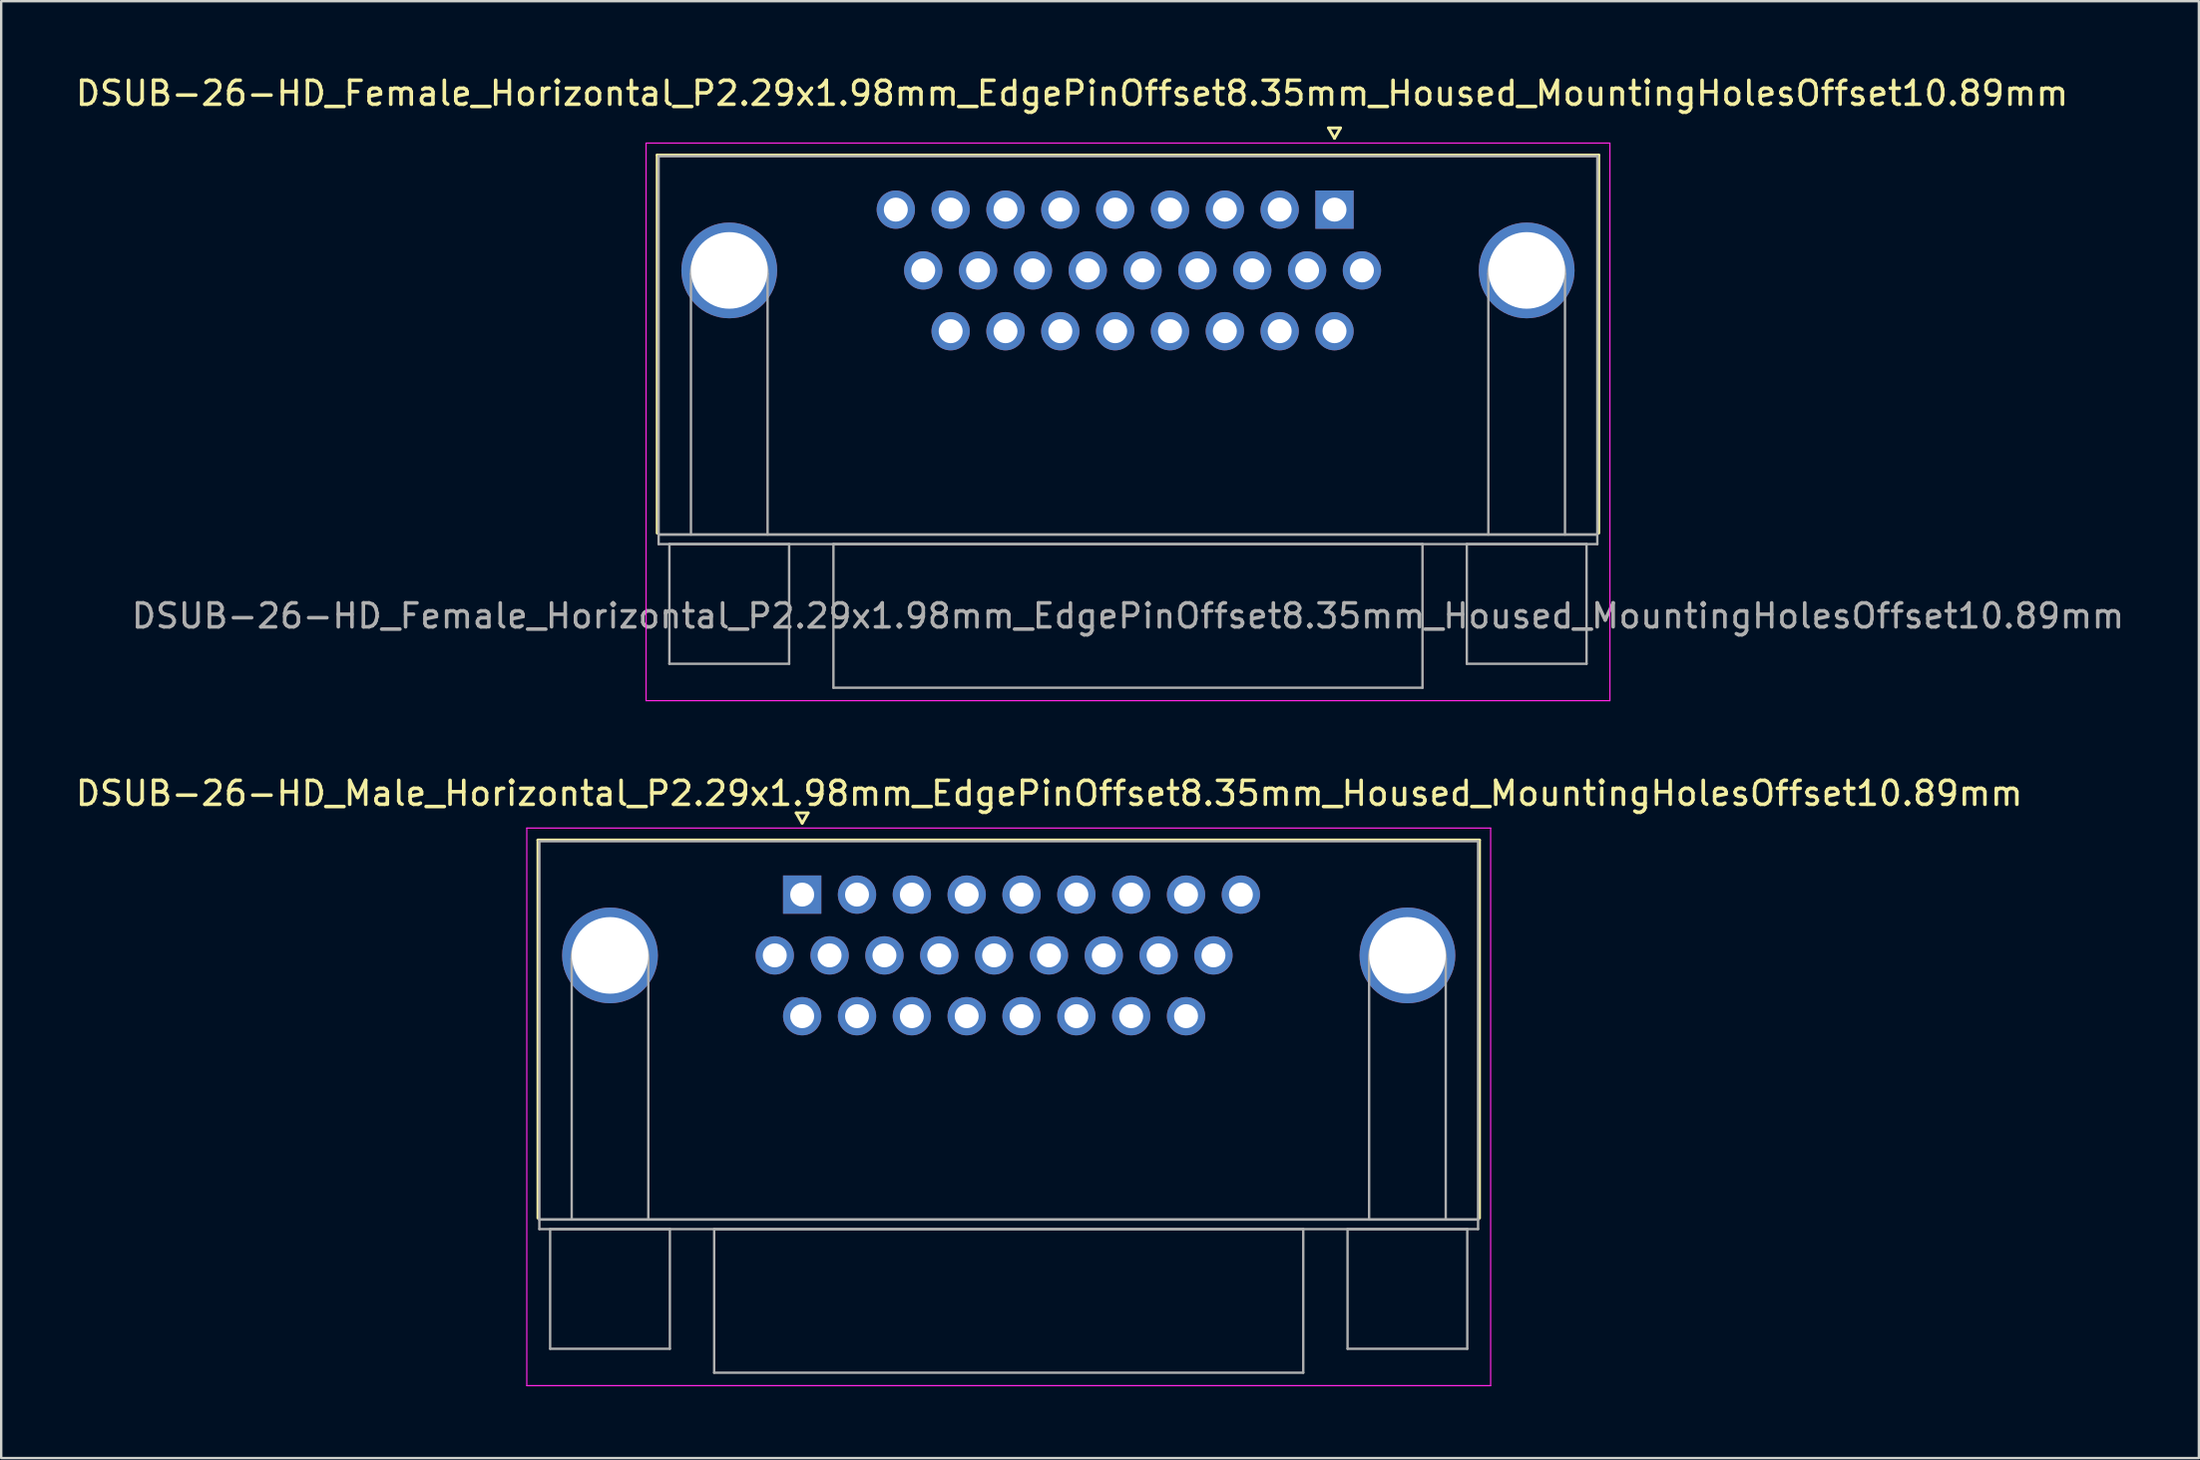
<source format=kicad_pcb>
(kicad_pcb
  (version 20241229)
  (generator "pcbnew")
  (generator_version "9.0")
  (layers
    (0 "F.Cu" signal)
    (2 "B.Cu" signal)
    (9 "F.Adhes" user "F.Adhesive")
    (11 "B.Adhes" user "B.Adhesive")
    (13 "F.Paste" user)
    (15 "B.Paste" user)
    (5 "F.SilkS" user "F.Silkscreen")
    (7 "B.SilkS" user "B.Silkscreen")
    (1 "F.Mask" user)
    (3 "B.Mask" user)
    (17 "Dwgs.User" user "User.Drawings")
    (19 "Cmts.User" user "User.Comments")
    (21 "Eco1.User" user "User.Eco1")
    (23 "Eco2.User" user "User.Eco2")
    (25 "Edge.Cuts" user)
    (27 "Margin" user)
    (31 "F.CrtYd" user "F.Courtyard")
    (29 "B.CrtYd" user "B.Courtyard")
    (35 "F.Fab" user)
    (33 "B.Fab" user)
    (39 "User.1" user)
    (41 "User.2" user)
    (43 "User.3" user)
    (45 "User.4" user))
  (footprint "DSUB-26-HD_Female_Horizontal_P2.29x1.98mm_EdgePinOffset8.35mm_Housed_MountingHolesOffset10.89mm"
    (layer "F.Cu")
    (at 52.68 5.698)
    (property "Reference" "DSUB-26-HD_Female_Horizontal_P2.29x1.98mm_EdgePinOffset8.35mm_Housed_MountingHolesOffset10.89mm" (at -10.96 -4.85 0) (layer "F.SilkS") (effects (font (size 1 1) (thickness 0.15))))
    (attr through_hole)
    (fp_line (start -28.286 -2.27) (end 11.034 -2.27) (stroke (width 0.12) (type solid)) (layer "F.SilkS"))
    (fp_line (start -28.286 13.525) (end -28.286 -2.27) (stroke (width 0.12) (type solid)) (layer "F.SilkS"))
    (fp_line (start -0.251 -3.404) (end 0.249 -3.404) (stroke (width 0.12) (type solid)) (layer "F.SilkS"))
    (fp_line (start -0.001 -2.971) (end -0.251 -3.404) (stroke (width 0.12) (type solid)) (layer "F.SilkS"))
    (fp_line (start 0.249 -3.404) (end -0.001 -2.971) (stroke (width 0.12) (type solid)) (layer "F.SilkS"))
    (fp_line (start 11.034 -2.27) (end 11.034 13.525) (stroke (width 0.12) (type solid)) (layer "F.SilkS"))
    (fp_line (start -28.751 -2.77) (end -28.751 20.525) (stroke (width 0.05) (type solid)) (layer "F.CrtYd"))
    (fp_line (start -28.751 20.525) (end 11.499 20.525) (stroke (width 0.05) (type solid)) (layer "F.CrtYd"))
    (fp_line (start 11.499 -2.77) (end -28.751 -2.77) (stroke (width 0.05) (type solid)) (layer "F.CrtYd"))
    (fp_line (start 11.499 20.525) (end 11.499 -2.77) (stroke (width 0.05) (type solid)) (layer "F.CrtYd"))
    (fp_line (start -28.226 -2.22) (end -28.226 13.585) (stroke (width 0.1) (type solid)) (layer "F.Fab"))
    (fp_line (start -28.226 13.585) (end -28.226 13.985) (stroke (width 0.1) (type solid)) (layer "F.Fab"))
    (fp_line (start -28.226 13.585) (end 10.974 13.585) (stroke (width 0.1) (type solid)) (layer "F.Fab"))
    (fp_line (start -28.226 13.985) (end 10.974 13.985) (stroke (width 0.1) (type solid)) (layer "F.Fab"))
    (fp_line (start -27.776 13.985) (end -27.776 18.985) (stroke (width 0.1) (type solid)) (layer "F.Fab"))
    (fp_line (start -27.776 18.985) (end -22.776 18.985) (stroke (width 0.1) (type solid)) (layer "F.Fab"))
    (fp_line (start -26.876 13.585) (end -26.876 2.695) (stroke (width 0.1) (type solid)) (layer "F.Fab"))
    (fp_line (start -23.676 13.585) (end -23.676 2.695) (stroke (width 0.1) (type solid)) (layer "F.Fab"))
    (fp_line (start -22.776 13.985) (end -27.776 13.985) (stroke (width 0.1) (type solid)) (layer "F.Fab"))
    (fp_line (start -22.776 18.985) (end -22.776 13.985) (stroke (width 0.1) (type solid)) (layer "F.Fab"))
    (fp_line (start -20.926 13.985) (end -20.926 19.985) (stroke (width 0.1) (type solid)) (layer "F.Fab"))
    (fp_line (start -20.926 19.985) (end 3.674 19.985) (stroke (width 0.1) (type solid)) (layer "F.Fab"))
    (fp_line (start 3.674 13.985) (end -20.926 13.985) (stroke (width 0.1) (type solid)) (layer "F.Fab"))
    (fp_line (start 3.674 19.985) (end 3.674 13.985) (stroke (width 0.1) (type solid)) (layer "F.Fab"))
    (fp_line (start 5.524 13.985) (end 5.524 18.985) (stroke (width 0.1) (type solid)) (layer "F.Fab"))
    (fp_line (start 5.524 18.985) (end 10.524 18.985) (stroke (width 0.1) (type solid)) (layer "F.Fab"))
    (fp_line (start 6.424 13.585) (end 6.424 2.695) (stroke (width 0.1) (type solid)) (layer "F.Fab"))
    (fp_line (start 9.624 13.585) (end 9.624 2.695) (stroke (width 0.1) (type solid)) (layer "F.Fab"))
    (fp_line (start 10.524 13.985) (end 5.524 13.985) (stroke (width 0.1) (type solid)) (layer "F.Fab"))
    (fp_line (start 10.524 18.985) (end 10.524 13.985) (stroke (width 0.1) (type solid)) (layer "F.Fab"))
    (fp_line (start 10.974 -2.22) (end -28.226 -2.22) (stroke (width 0.1) (type solid)) (layer "F.Fab"))
    (fp_line (start 10.974 13.585) (end -28.226 13.585) (stroke (width 0.1) (type solid)) (layer "F.Fab"))
    (fp_line (start 10.974 13.585) (end 10.974 -2.22) (stroke (width 0.1) (type solid)) (layer "F.Fab"))
    (fp_line (start 10.974 13.985) (end 10.974 13.585) (stroke (width 0.1) (type solid)) (layer "F.Fab"))
    (fp_arc (start -26.8756 2.6946) (mid -25.2756 1.0946) (end -23.6756 2.6946) (stroke (width 0.1) (type solid)) (layer "F.Fab"))
    (fp_arc (start 6.4244 2.6946) (mid 8.0244 1.0946) (end 9.6244 2.6946) (stroke (width 0.1) (type solid)) (layer "F.Fab"))
    (fp_text user "${REFERENCE}" (at -8.626 16.985 0) (layer "F.Fab") (effects (font (size 1 1) (thickness 0.15))))
    (pad "0" thru_hole circle (at -25.276 2.55) (size 4 4) (drill 3.2) (layers "*.Cu" "*.Mask"))
    (pad "0" thru_hole circle (at 8.024 2.55) (size 4 4) (drill 3.2) (layers "*.Cu" "*.Mask"))
    (pad "1" thru_hole rect (at -0.001 0.01) (size 1.6 1.6) (drill 1) (layers "*.Cu" "*.Mask"))
    (pad "2" thru_hole circle (at -2.291 0.01) (size 1.6 1.6) (drill 1) (layers "*.Cu" "*.Mask"))
    (pad "3" thru_hole circle (at -4.581 0.01) (size 1.6 1.6) (drill 1) (layers "*.Cu" "*.Mask"))
    (pad "4" thru_hole circle (at -6.871 0.01) (size 1.6 1.6) (drill 1) (layers "*.Cu" "*.Mask"))
    (pad "5" thru_hole circle (at -9.161 0.01) (size 1.6 1.6) (drill 1) (layers "*.Cu" "*.Mask"))
    (pad "6" thru_hole circle (at -11.451 0.01) (size 1.6 1.6) (drill 1) (layers "*.Cu" "*.Mask"))
    (pad "7" thru_hole circle (at -13.741 0.01) (size 1.6 1.6) (drill 1) (layers "*.Cu" "*.Mask"))
    (pad "8" thru_hole circle (at -16.031 0.01) (size 1.6 1.6) (drill 1) (layers "*.Cu" "*.Mask"))
    (pad "9" thru_hole circle (at -18.321 0.01) (size 1.6 1.6) (drill 1) (layers "*.Cu" "*.Mask"))
    (pad "10" thru_hole circle (at 1.144 2.55) (size 1.6 1.6) (drill 1) (layers "*.Cu" "*.Mask"))
    (pad "11" thru_hole circle (at -1.146 2.55) (size 1.6 1.6) (drill 1) (layers "*.Cu" "*.Mask"))
    (pad "12" thru_hole circle (at -3.436 2.55) (size 1.6 1.6) (drill 1) (layers "*.Cu" "*.Mask"))
    (pad "13" thru_hole circle (at -5.726 2.55) (size 1.6 1.6) (drill 1) (layers "*.Cu" "*.Mask"))
    (pad "14" thru_hole circle (at -8.016 2.55) (size 1.6 1.6) (drill 1) (layers "*.Cu" "*.Mask"))
    (pad "15" thru_hole circle (at -10.306 2.55) (size 1.6 1.6) (drill 1) (layers "*.Cu" "*.Mask"))
    (pad "16" thru_hole circle (at -12.596 2.55) (size 1.6 1.6) (drill 1) (layers "*.Cu" "*.Mask"))
    (pad "17" thru_hole circle (at -14.886 2.55) (size 1.6 1.6) (drill 1) (layers "*.Cu" "*.Mask"))
    (pad "18" thru_hole circle (at -17.176 2.55) (size 1.6 1.6) (drill 1) (layers "*.Cu" "*.Mask"))
    (pad "19" thru_hole circle (at -0.001 5.09) (size 1.6 1.6) (drill 1) (layers "*.Cu" "*.Mask"))
    (pad "20" thru_hole circle (at -2.291 5.09) (size 1.6 1.6) (drill 1) (layers "*.Cu" "*.Mask"))
    (pad "21" thru_hole circle (at -4.581 5.09) (size 1.6 1.6) (drill 1) (layers "*.Cu" "*.Mask"))
    (pad "22" thru_hole circle (at -6.871 5.09) (size 1.6 1.6) (drill 1) (layers "*.Cu" "*.Mask"))
    (pad "23" thru_hole circle (at -9.161 5.09) (size 1.6 1.6) (drill 1) (layers "*.Cu" "*.Mask"))
    (pad "24" thru_hole circle (at -11.451 5.09) (size 1.6 1.6) (drill 1) (layers "*.Cu" "*.Mask"))
    (pad "25" thru_hole circle (at -13.741 5.09) (size 1.6 1.6) (drill 1) (layers "*.Cu" "*.Mask"))
    (pad "26" thru_hole circle (at -16.031 5.09) (size 1.6 1.6) (drill 1) (layers "*.Cu" "*.Mask")))
  (footprint "DSUB-26-HD_Male_Horizontal_P2.29x1.98mm_EdgePinOffset8.35mm_Housed_MountingHolesOffset10.89mm"
    (layer "F.Cu")
    (at 30.438 34.316)
    (property "Reference" "DSUB-26-HD_Male_Horizontal_P2.29x1.98mm_EdgePinOffset8.35mm_Housed_MountingHolesOffset10.89mm" (at 10.33 -4.22 0) (layer "F.SilkS") (effects (font (size 1 1) (thickness 0.15))))
    (attr through_hole)
    (fp_line (start -11.024 -2.27) (end -11.024 13.525) (stroke (width 0.12) (type solid)) (layer "F.SilkS"))
    (fp_line (start -0.239 -3.404) (end 0.011 -2.971) (stroke (width 0.12) (type solid)) (layer "F.SilkS"))
    (fp_line (start 0.011 -2.971) (end 0.261 -3.404) (stroke (width 0.12) (type solid)) (layer "F.SilkS"))
    (fp_line (start 0.261 -3.404) (end -0.239 -3.404) (stroke (width 0.12) (type solid)) (layer "F.SilkS"))
    (fp_line (start 28.296 -2.27) (end -11.024 -2.27) (stroke (width 0.12) (type solid)) (layer "F.SilkS"))
    (fp_line (start 28.296 13.525) (end 28.296 -2.27) (stroke (width 0.12) (type solid)) (layer "F.SilkS"))
    (fp_line (start -11.489 -2.77) (end 28.761 -2.77) (stroke (width 0.05) (type solid)) (layer "F.CrtYd"))
    (fp_line (start -11.489 20.525) (end -11.489 -2.77) (stroke (width 0.05) (type solid)) (layer "F.CrtYd"))
    (fp_line (start 28.761 -2.77) (end 28.761 20.525) (stroke (width 0.05) (type solid)) (layer "F.CrtYd"))
    (fp_line (start 28.761 20.525) (end -11.489 20.525) (stroke (width 0.05) (type solid)) (layer "F.CrtYd"))
    (fp_line (start -10.964 -2.22) (end 28.236 -2.22) (stroke (width 0.1) (type solid)) (layer "F.Fab"))
    (fp_line (start -10.964 13.585) (end -10.964 -2.22) (stroke (width 0.1) (type solid)) (layer "F.Fab"))
    (fp_line (start -10.964 13.585) (end 28.236 13.585) (stroke (width 0.1) (type solid)) (layer "F.Fab"))
    (fp_line (start -10.964 13.985) (end -10.964 13.585) (stroke (width 0.1) (type solid)) (layer "F.Fab"))
    (fp_line (start -10.514 13.985) (end -5.514 13.985) (stroke (width 0.1) (type solid)) (layer "F.Fab"))
    (fp_line (start -10.514 18.985) (end -10.514 13.985) (stroke (width 0.1) (type solid)) (layer "F.Fab"))
    (fp_line (start -9.614 13.585) (end -9.614 2.695) (stroke (width 0.1) (type solid)) (layer "F.Fab"))
    (fp_line (start -6.414 13.585) (end -6.414 2.695) (stroke (width 0.1) (type solid)) (layer "F.Fab"))
    (fp_line (start -5.514 13.985) (end -5.514 18.985) (stroke (width 0.1) (type solid)) (layer "F.Fab"))
    (fp_line (start -5.514 18.985) (end -10.514 18.985) (stroke (width 0.1) (type solid)) (layer "F.Fab"))
    (fp_line (start -3.664 13.985) (end 20.936 13.985) (stroke (width 0.1) (type solid)) (layer "F.Fab"))
    (fp_line (start -3.664 19.985) (end -3.664 13.985) (stroke (width 0.1) (type solid)) (layer "F.Fab"))
    (fp_line (start 20.936 13.985) (end 20.936 19.985) (stroke (width 0.1) (type solid)) (layer "F.Fab"))
    (fp_line (start 20.936 19.985) (end -3.664 19.985) (stroke (width 0.1) (type solid)) (layer "F.Fab"))
    (fp_line (start 22.786 13.985) (end 27.786 13.985) (stroke (width 0.1) (type solid)) (layer "F.Fab"))
    (fp_line (start 22.786 18.985) (end 22.786 13.985) (stroke (width 0.1) (type solid)) (layer "F.Fab"))
    (fp_line (start 23.686 13.585) (end 23.686 2.695) (stroke (width 0.1) (type solid)) (layer "F.Fab"))
    (fp_line (start 26.886 13.585) (end 26.886 2.695) (stroke (width 0.1) (type solid)) (layer "F.Fab"))
    (fp_line (start 27.786 13.985) (end 27.786 18.985) (stroke (width 0.1) (type solid)) (layer "F.Fab"))
    (fp_line (start 27.786 18.985) (end 22.786 18.985) (stroke (width 0.1) (type solid)) (layer "F.Fab"))
    (fp_line (start 28.236 -2.22) (end 28.236 13.585) (stroke (width 0.1) (type solid)) (layer "F.Fab"))
    (fp_line (start 28.236 13.585) (end -10.964 13.585) (stroke (width 0.1) (type solid)) (layer "F.Fab"))
    (fp_line (start 28.236 13.585) (end 28.236 13.985) (stroke (width 0.1) (type solid)) (layer "F.Fab"))
    (fp_line (start 28.236 13.985) (end -10.964 13.985) (stroke (width 0.1) (type solid)) (layer "F.Fab"))
    (fp_arc (start -9.6144 2.6946) (mid -8.0144 1.0946) (end -6.4144 2.6946) (stroke (width 0.1) (type solid)) (layer "F.Fab"))
    (fp_arc (start 23.6856 2.6946) (mid 25.2856 1.0946) (end 26.8856 2.6946) (stroke (width 0.1) (type solid)) (layer "F.Fab"))
    (pad "0" thru_hole circle (at -8.014 2.55) (size 4 4) (drill 3.2) (layers "*.Cu" "*.Mask"))
    (pad "0" thru_hole circle (at 25.286 2.55) (size 4 4) (drill 3.2) (layers "*.Cu" "*.Mask"))
    (pad "1" thru_hole rect (at 0.011 0.01) (size 1.6 1.6) (drill 1) (layers "*.Cu" "*.Mask"))
    (pad "2" thru_hole circle (at 2.301 0.01) (size 1.6 1.6) (drill 1) (layers "*.Cu" "*.Mask"))
    (pad "3" thru_hole circle (at 4.591 0.01) (size 1.6 1.6) (drill 1) (layers "*.Cu" "*.Mask"))
    (pad "4" thru_hole circle (at 6.881 0.01) (size 1.6 1.6) (drill 1) (layers "*.Cu" "*.Mask"))
    (pad "5" thru_hole circle (at 9.171 0.01) (size 1.6 1.6) (drill 1) (layers "*.Cu" "*.Mask"))
    (pad "6" thru_hole circle (at 11.461 0.01) (size 1.6 1.6) (drill 1) (layers "*.Cu" "*.Mask"))
    (pad "7" thru_hole circle (at 13.751 0.01) (size 1.6 1.6) (drill 1) (layers "*.Cu" "*.Mask"))
    (pad "8" thru_hole circle (at 16.041 0.01) (size 1.6 1.6) (drill 1) (layers "*.Cu" "*.Mask"))
    (pad "9" thru_hole circle (at 18.331 0.01) (size 1.6 1.6) (drill 1) (layers "*.Cu" "*.Mask"))
    (pad "10" thru_hole circle (at -1.134 2.55) (size 1.6 1.6) (drill 1) (layers "*.Cu" "*.Mask"))
    (pad "11" thru_hole circle (at 1.156 2.55) (size 1.6 1.6) (drill 1) (layers "*.Cu" "*.Mask"))
    (pad "12" thru_hole circle (at 3.446 2.55) (size 1.6 1.6) (drill 1) (layers "*.Cu" "*.Mask"))
    (pad "13" thru_hole circle (at 5.736 2.55) (size 1.6 1.6) (drill 1) (layers "*.Cu" "*.Mask"))
    (pad "14" thru_hole circle (at 8.026 2.55) (size 1.6 1.6) (drill 1) (layers "*.Cu" "*.Mask"))
    (pad "15" thru_hole circle (at 10.316 2.55) (size 1.6 1.6) (drill 1) (layers "*.Cu" "*.Mask"))
    (pad "16" thru_hole circle (at 12.606 2.55) (size 1.6 1.6) (drill 1) (layers "*.Cu" "*.Mask"))
    (pad "17" thru_hole circle (at 14.896 2.55) (size 1.6 1.6) (drill 1) (layers "*.Cu" "*.Mask"))
    (pad "18" thru_hole circle (at 17.186 2.55) (size 1.6 1.6) (drill 1) (layers "*.Cu" "*.Mask"))
    (pad "19" thru_hole circle (at 0.011 5.09) (size 1.6 1.6) (drill 1) (layers "*.Cu" "*.Mask"))
    (pad "20" thru_hole circle (at 2.301 5.09) (size 1.6 1.6) (drill 1) (layers "*.Cu" "*.Mask"))
    (pad "21" thru_hole circle (at 4.591 5.09) (size 1.6 1.6) (drill 1) (layers "*.Cu" "*.Mask"))
    (pad "22" thru_hole circle (at 6.881 5.09) (size 1.6 1.6) (drill 1) (layers "*.Cu" "*.Mask"))
    (pad "23" thru_hole circle (at 9.171 5.09) (size 1.6 1.6) (drill 1) (layers "*.Cu" "*.Mask"))
    (pad "24" thru_hole circle (at 11.461 5.09) (size 1.6 1.6) (drill 1) (layers "*.Cu" "*.Mask"))
    (pad "25" thru_hole circle (at 13.751 5.09) (size 1.6 1.6) (drill 1) (layers "*.Cu" "*.Mask"))
    (pad "26" thru_hole circle (at 16.041 5.09) (size 1.6 1.6) (drill 1) (layers "*.Cu" "*.Mask")))
  (gr_rect
    (start -3 -3)
    (end 88.775 57.866)
    (stroke (width 0.1) (type default))
    (fill no)
    (layer "Edge.Cuts")))
</source>
